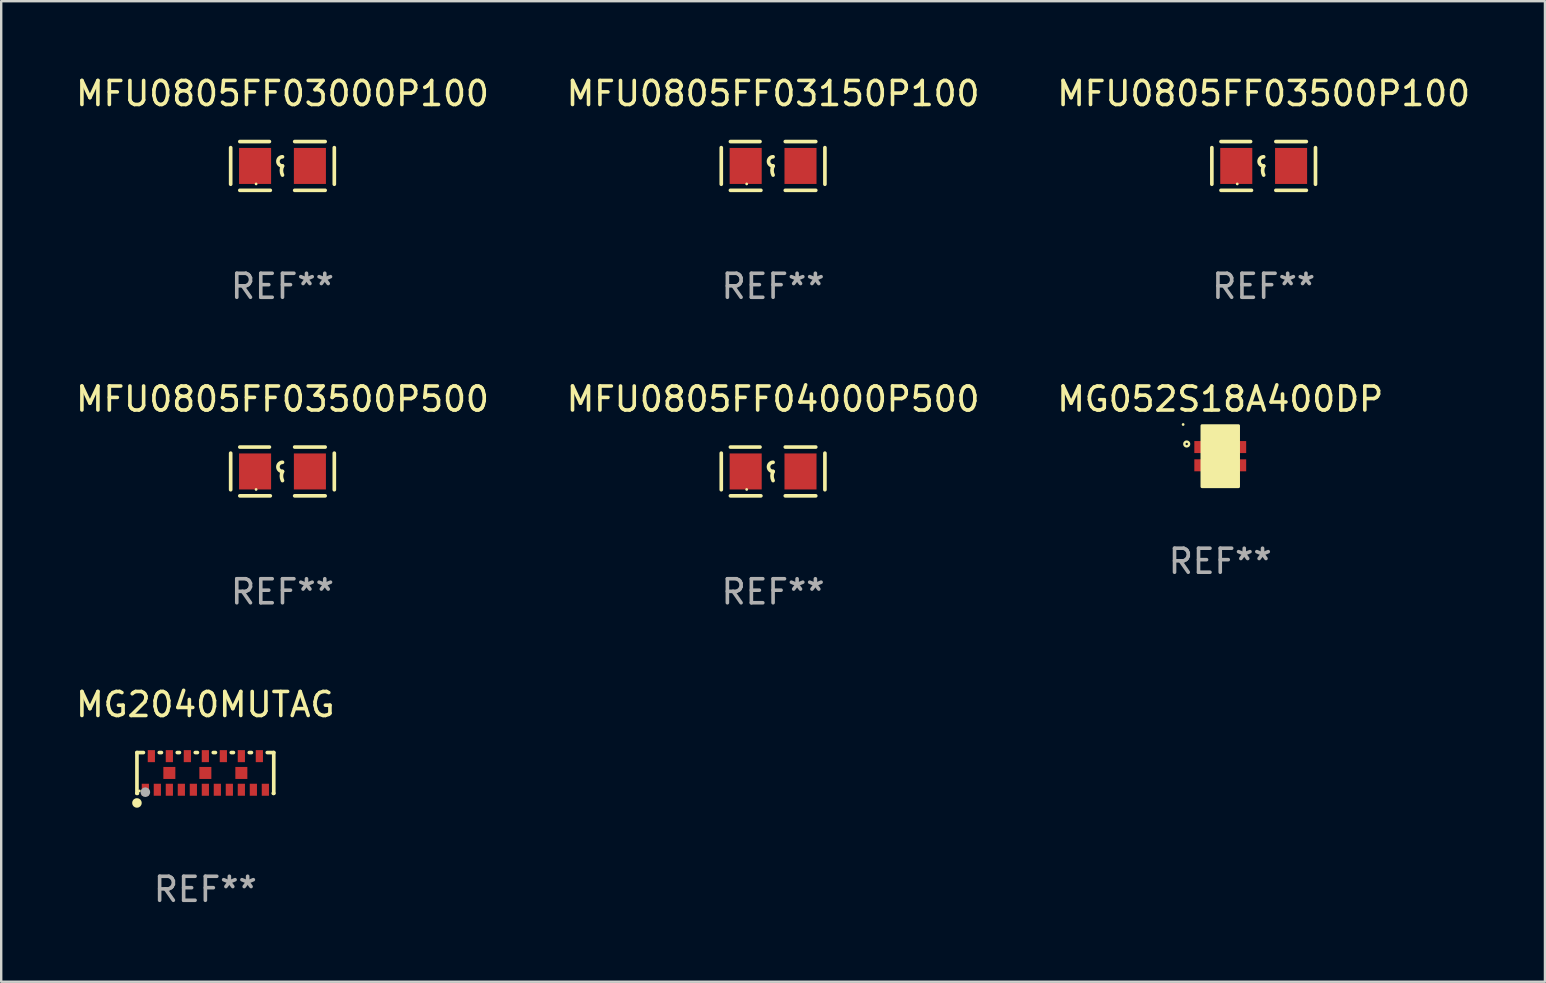
<source format=kicad_pcb>
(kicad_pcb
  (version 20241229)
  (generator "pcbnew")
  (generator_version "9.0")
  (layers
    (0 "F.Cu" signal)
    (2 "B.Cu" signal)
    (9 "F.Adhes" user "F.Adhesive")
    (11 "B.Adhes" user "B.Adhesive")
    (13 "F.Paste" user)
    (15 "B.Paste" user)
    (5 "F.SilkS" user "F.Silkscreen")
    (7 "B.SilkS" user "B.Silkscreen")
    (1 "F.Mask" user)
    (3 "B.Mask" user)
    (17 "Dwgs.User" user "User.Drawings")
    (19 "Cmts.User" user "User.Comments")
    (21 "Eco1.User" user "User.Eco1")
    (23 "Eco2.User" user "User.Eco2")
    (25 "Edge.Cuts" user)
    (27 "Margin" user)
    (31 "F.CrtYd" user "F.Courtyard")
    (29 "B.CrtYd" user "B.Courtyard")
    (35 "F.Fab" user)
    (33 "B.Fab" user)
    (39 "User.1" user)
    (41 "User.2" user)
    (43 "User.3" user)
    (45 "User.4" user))
  (footprint "MFU0805FF03000P100"
    (layer "F.Cu")
    (at 8.72 3.864)
    (property "Reference" "MFU0805FF03000P100" (at 0 -3.016 0) (layer "F.SilkS") (effects (font (size 1 1) (thickness 0.15))))
    (attr through_hole)
    (fp_line (start -2.159 -0.762) (end -2.159 0.762) (stroke (width 0.152) (type solid)) (layer "F.SilkS"))
    (fp_line (start -1.778 -1.016) (end -0.545 -1.016) (stroke (width 0.152) (type solid)) (layer "F.SilkS"))
    (fp_line (start -0.508 1.016) (end -1.778 1.016) (stroke (width 0.152) (type solid)) (layer "F.SilkS"))
    (fp_line (start 0.508 1.016) (end 1.778 1.016) (stroke (width 0.152) (type solid)) (layer "F.SilkS"))
    (fp_line (start 1.778 -1.016) (end 0.508 -1.016) (stroke (width 0.152) (type solid)) (layer "F.SilkS"))
    (fp_line (start 2.159 -0.762) (end 2.159 0.762) (stroke (width 0.152) (type solid)) (layer "F.SilkS"))
    (fp_arc (start 0 0) (mid -0.1905 -0.1905) (end 0 -0.381) (stroke (width 0.151994) (type solid)) (layer "F.SilkS"))
    (fp_arc (start 0 0.381001) (mid -0.044971 0.1905) (end 0 0) (stroke (width 0.151994) (type solid)) (layer "F.SilkS"))
    (fp_circle (center -1.1 0.75) (end -1.07 0.75) (stroke (width 0.06) (type solid)) (fill no) (layer "F.SilkS"))
    (fp_text user "REF**" (at 0 5.016 0) (layer "F.Fab") (effects (font (size 1 1) (thickness 0.15))))
    (pad "1" smd rect (at -1.142 0) (size 1.335 1.5) (layers "F.Cu" "F.Mask" "F.Paste"))
    (pad "2" smd rect (at 1.142 0) (size 1.335 1.5) (layers "F.Cu" "F.Mask" "F.Paste")))
  (footprint "MG052S18A400DP"
    (layer "F.Cu")
    (at 47.792 15.957)
    (property "Reference" "MG052S18A400DP" (at 0 -2.38 0) (layer "F.SilkS") (effects (font (size 1 1) (thickness 0.15))))
    (attr through_hole)
    (fp_circle (center -1.547 -1.32) (end -1.517 -1.32) (stroke (width 0.06) (type solid)) (fill no) (layer "F.SilkS"))
    (fp_circle (center -1.397 -0.508) (end -1.297 -0.508) (stroke (width 0.1) (type solid)) (fill no) (layer "F.SilkS"))
    (fp_poly (pts (xy -0.762 -1.27) (xy 0.762 -1.27) (xy 0.762 1.27) (xy -0.762 1.27)) (stroke (width 0.12) (type solid)) (fill yes) (layer "F.SilkS"))
    (fp_text user "REF**" (at 0 4.38 0) (layer "F.Fab") (effects (font (size 1 1) (thickness 0.15))))
    (pad "1" smd rect (at -0.63 -0.38) (size 0.9 0.5) (layers "F.Cu" "F.Mask" "F.Paste"))
    (pad "2" smd rect (at 0.63 -0.38) (size 0.9 0.5) (layers "F.Cu" "F.Mask" "F.Paste"))
    (pad "3" smd rect (at 0.63 0.38) (size 0.9 0.5) (layers "F.Cu" "F.Mask" "F.Paste"))
    (pad "4" smd rect (at -0.63 0.38) (size 0.9 0.5) (layers "F.Cu" "F.Mask" "F.Paste")))
  (footprint "MFU0805FF04000P500"
    (layer "F.Cu")
    (at 29.161 16.593)
    (property "Reference" "MFU0805FF04000P500" (at 0 -3.016 0) (layer "F.SilkS") (effects (font (size 1 1) (thickness 0.15))))
    (attr through_hole)
    (fp_line (start -2.159 -0.762) (end -2.159 0.762) (stroke (width 0.152) (type solid)) (layer "F.SilkS"))
    (fp_line (start -1.778 -1.016) (end -0.545 -1.016) (stroke (width 0.152) (type solid)) (layer "F.SilkS"))
    (fp_line (start -0.508 1.016) (end -1.778 1.016) (stroke (width 0.152) (type solid)) (layer "F.SilkS"))
    (fp_line (start 0.508 1.016) (end 1.778 1.016) (stroke (width 0.152) (type solid)) (layer "F.SilkS"))
    (fp_line (start 1.778 -1.016) (end 0.508 -1.016) (stroke (width 0.152) (type solid)) (layer "F.SilkS"))
    (fp_line (start 2.159 -0.762) (end 2.159 0.762) (stroke (width 0.152) (type solid)) (layer "F.SilkS"))
    (fp_arc (start 0 0) (mid -0.1905 -0.1905) (end 0 -0.381) (stroke (width 0.151994) (type solid)) (layer "F.SilkS"))
    (fp_arc (start 0 0.381001) (mid -0.044971 0.1905) (end 0 0) (stroke (width 0.151994) (type solid)) (layer "F.SilkS"))
    (fp_circle (center -1.1 0.75) (end -1.07 0.75) (stroke (width 0.06) (type solid)) (fill no) (layer "F.SilkS"))
    (fp_text user "REF**" (at 0 5.016 0) (layer "F.Fab") (effects (font (size 1 1) (thickness 0.15))))
    (pad "1" smd rect (at -1.142 0) (size 1.335 1.5) (layers "F.Cu" "F.Mask" "F.Paste"))
    (pad "2" smd rect (at 1.142 0) (size 1.335 1.5) (layers "F.Cu" "F.Mask" "F.Paste")))
  (footprint "MFU0805FF03500P100"
    (layer "F.Cu")
    (at 49.601 3.864)
    (property "Reference" "MFU0805FF03500P100" (at 0 -3.016 0) (layer "F.SilkS") (effects (font (size 1 1) (thickness 0.15))))
    (attr through_hole)
    (fp_line (start -2.159 -0.762) (end -2.159 0.762) (stroke (width 0.152) (type solid)) (layer "F.SilkS"))
    (fp_line (start -1.778 -1.016) (end -0.545 -1.016) (stroke (width 0.152) (type solid)) (layer "F.SilkS"))
    (fp_line (start -0.508 1.016) (end -1.778 1.016) (stroke (width 0.152) (type solid)) (layer "F.SilkS"))
    (fp_line (start 0.508 1.016) (end 1.778 1.016) (stroke (width 0.152) (type solid)) (layer "F.SilkS"))
    (fp_line (start 1.778 -1.016) (end 0.508 -1.016) (stroke (width 0.152) (type solid)) (layer "F.SilkS"))
    (fp_line (start 2.159 -0.762) (end 2.159 0.762) (stroke (width 0.152) (type solid)) (layer "F.SilkS"))
    (fp_arc (start 0 0) (mid -0.1905 -0.1905) (end 0 -0.381) (stroke (width 0.151994) (type solid)) (layer "F.SilkS"))
    (fp_arc (start 0 0.381001) (mid -0.044971 0.1905) (end 0 0) (stroke (width 0.151994) (type solid)) (layer "F.SilkS"))
    (fp_circle (center -1.1 0.75) (end -1.07 0.75) (stroke (width 0.06) (type solid)) (fill no) (layer "F.SilkS"))
    (fp_text user "REF**" (at 0 5.016 0) (layer "F.Fab") (effects (font (size 1 1) (thickness 0.15))))
    (pad "1" smd rect (at -1.142 0) (size 1.335 1.5) (layers "F.Cu" "F.Mask" "F.Paste"))
    (pad "2" smd rect (at 1.142 0) (size 1.335 1.5) (layers "F.Cu" "F.Mask" "F.Paste")))
  (footprint "MFU0805FF03500P500"
    (layer "F.Cu")
    (at 8.72 16.593)
    (property "Reference" "MFU0805FF03500P500" (at 0 -3.016 0) (layer "F.SilkS") (effects (font (size 1 1) (thickness 0.15))))
    (attr through_hole)
    (fp_line (start -2.159 -0.762) (end -2.159 0.762) (stroke (width 0.152) (type solid)) (layer "F.SilkS"))
    (fp_line (start -1.778 -1.016) (end -0.545 -1.016) (stroke (width 0.152) (type solid)) (layer "F.SilkS"))
    (fp_line (start -0.508 1.016) (end -1.778 1.016) (stroke (width 0.152) (type solid)) (layer "F.SilkS"))
    (fp_line (start 0.508 1.016) (end 1.778 1.016) (stroke (width 0.152) (type solid)) (layer "F.SilkS"))
    (fp_line (start 1.778 -1.016) (end 0.508 -1.016) (stroke (width 0.152) (type solid)) (layer "F.SilkS"))
    (fp_line (start 2.159 -0.762) (end 2.159 0.762) (stroke (width 0.152) (type solid)) (layer "F.SilkS"))
    (fp_arc (start 0 0) (mid -0.1905 -0.1905) (end 0 -0.381) (stroke (width 0.151994) (type solid)) (layer "F.SilkS"))
    (fp_arc (start 0 0.381001) (mid -0.044971 0.1905) (end 0 0) (stroke (width 0.151994) (type solid)) (layer "F.SilkS"))
    (fp_circle (center -1.1 0.75) (end -1.07 0.75) (stroke (width 0.06) (type solid)) (fill no) (layer "F.SilkS"))
    (fp_text user "REF**" (at 0 5.016 0) (layer "F.Fab") (effects (font (size 1 1) (thickness 0.15))))
    (pad "1" smd rect (at -1.142 0) (size 1.335 1.5) (layers "F.Cu" "F.Mask" "F.Paste"))
    (pad "2" smd rect (at 1.142 0) (size 1.335 1.5) (layers "F.Cu" "F.Mask" "F.Paste")))
  (footprint "MFU0805FF03150P100"
    (layer "F.Cu")
    (at 29.161 3.864)
    (property "Reference" "MFU0805FF03150P100" (at 0 -3.016 0) (layer "F.SilkS") (effects (font (size 1 1) (thickness 0.15))))
    (attr through_hole)
    (fp_line (start -2.159 -0.762) (end -2.159 0.762) (stroke (width 0.152) (type solid)) (layer "F.SilkS"))
    (fp_line (start -1.778 -1.016) (end -0.545 -1.016) (stroke (width 0.152) (type solid)) (layer "F.SilkS"))
    (fp_line (start -0.508 1.016) (end -1.778 1.016) (stroke (width 0.152) (type solid)) (layer "F.SilkS"))
    (fp_line (start 0.508 1.016) (end 1.778 1.016) (stroke (width 0.152) (type solid)) (layer "F.SilkS"))
    (fp_line (start 1.778 -1.016) (end 0.508 -1.016) (stroke (width 0.152) (type solid)) (layer "F.SilkS"))
    (fp_line (start 2.159 -0.762) (end 2.159 0.762) (stroke (width 0.152) (type solid)) (layer "F.SilkS"))
    (fp_arc (start 0 0) (mid -0.1905 -0.1905) (end 0 -0.381) (stroke (width 0.151994) (type solid)) (layer "F.SilkS"))
    (fp_arc (start 0 0.381001) (mid -0.044971 0.1905) (end 0 0) (stroke (width 0.151994) (type solid)) (layer "F.SilkS"))
    (fp_circle (center -1.1 0.75) (end -1.07 0.75) (stroke (width 0.06) (type solid)) (fill no) (layer "F.SilkS"))
    (fp_text user "REF**" (at 0 5.016 0) (layer "F.Fab") (effects (font (size 1 1) (thickness 0.15))))
    (pad "1" smd rect (at -1.142 0) (size 1.335 1.5) (layers "F.Cu" "F.Mask" "F.Paste"))
    (pad "2" smd rect (at 1.142 0) (size 1.335 1.5) (layers "F.Cu" "F.Mask" "F.Paste")))
  (footprint "MG2040MUTAG"
    (layer "F.Cu")
    (at 5.506 29.155)
    (property "Reference" "MG2040MUTAG" (at 0 -2.85 0) (layer "F.SilkS") (effects (font (size 1 1) (thickness 0.15))))
    (attr through_hole)
    (fp_line (start -2.85 -0.85) (end -2.85 0.85) (stroke (width 0.152) (type solid)) (layer "F.SilkS"))
    (fp_line (start -2.85 0.85) (end -2.83 0.85) (stroke (width 0.152) (type solid)) (layer "F.SilkS"))
    (fp_line (start -2.58 -0.85) (end -2.85 -0.85) (stroke (width 0.152) (type solid)) (layer "F.SilkS"))
    (fp_line (start -1.83 -0.85) (end -1.92 -0.85) (stroke (width 0.152) (type solid)) (layer "F.SilkS"))
    (fp_line (start -1.08 -0.85) (end -1.17 -0.85) (stroke (width 0.152) (type solid)) (layer "F.SilkS"))
    (fp_line (start -0.33 -0.85) (end -0.42 -0.85) (stroke (width 0.152) (type solid)) (layer "F.SilkS"))
    (fp_line (start 0.42 -0.85) (end 0.33 -0.85) (stroke (width 0.152) (type solid)) (layer "F.SilkS"))
    (fp_line (start 1.17 -0.85) (end 1.08 -0.85) (stroke (width 0.152) (type solid)) (layer "F.SilkS"))
    (fp_line (start 1.92 -0.85) (end 1.83 -0.85) (stroke (width 0.152) (type solid)) (layer "F.SilkS"))
    (fp_line (start 2.83 0.85) (end 2.85 0.85) (stroke (width 0.152) (type solid)) (layer "F.SilkS"))
    (fp_line (start 2.85 -0.85) (end 2.58 -0.85) (stroke (width 0.152) (type solid)) (layer "F.SilkS"))
    (fp_line (start 2.85 0.85) (end 2.85 -0.85) (stroke (width 0.152) (type solid)) (layer "F.SilkS"))
    (fp_circle (center -2.85 1.25) (end -2.75 1.25) (stroke (width 0.2) (type solid)) (fill no) (layer "F.SilkS"))
    (fp_circle (center -2.75 0.75) (end -2.72 0.75) (stroke (width 0.06) (type solid)) (fill no) (layer "F.SilkS"))
    (fp_circle (center -2.5 0.801) (end -2.399 0.801) (stroke (width 0.2) (type solid)) (fill no) (layer "F.Fab"))
    (fp_text user "REF**" (at 0 4.85 0) (layer "F.Fab") (effects (font (size 1 1) (thickness 0.15))))
    (pad "1" smd rect (at -2.5 0.7) (size 0.3 0.5) (layers "F.Cu" "F.Mask" "F.Paste"))
    (pad "2" smd rect (at -2 0.7) (size 0.3 0.5) (layers "F.Cu" "F.Mask" "F.Paste"))
    (pad "3" smd rect (at -1.5 0.7) (size 0.3 0.5) (layers "F.Cu" "F.Mask" "F.Paste"))
    (pad "4" smd rect (at -1 0.7) (size 0.3 0.5) (layers "F.Cu" "F.Mask" "F.Paste"))
    (pad "5" smd rect (at -0.5 0.7) (size 0.3 0.5) (layers "F.Cu" "F.Mask" "F.Paste"))
    (pad "6" smd rect (at 0.000114 0.7) (size 0.3 0.5) (layers "F.Cu" "F.Mask" "F.Paste"))
    (pad "7" smd rect (at 0.5 0.7) (size 0.3 0.5) (layers "F.Cu" "F.Mask" "F.Paste"))
    (pad "8" smd rect (at 1 0.7) (size 0.3 0.5) (layers "F.Cu" "F.Mask" "F.Paste"))
    (pad "9" smd rect (at 1.5 0.7) (size 0.3 0.5) (layers "F.Cu" "F.Mask" "F.Paste"))
    (pad "10" smd rect (at 2 0.7) (size 0.3 0.5) (layers "F.Cu" "F.Mask" "F.Paste"))
    (pad "11" smd rect (at 2.5 0.7) (size 0.3 0.5) (layers "F.Cu" "F.Mask" "F.Paste"))
    (pad "12" smd rect (at 2.25 -0.7) (size 0.3 0.5) (layers "F.Cu" "F.Mask" "F.Paste"))
    (pad "13" smd rect (at 1.5 -0.7) (size 0.3 0.5) (layers "F.Cu" "F.Mask" "F.Paste"))
    (pad "14" smd rect (at 0.75 -0.7) (size 0.3 0.5) (layers "F.Cu" "F.Mask" "F.Paste"))
    (pad "15" smd rect (at 0.000114 -0.7) (size 0.3 0.5) (layers "F.Cu" "F.Mask" "F.Paste"))
    (pad "16" smd rect (at -0.75 -0.7) (size 0.3 0.5) (layers "F.Cu" "F.Mask" "F.Paste"))
    (pad "17" smd rect (at -1.5 -0.7) (size 0.3 0.5) (layers "F.Cu" "F.Mask" "F.Paste"))
    (pad "18" smd rect (at -2.25 -0.7) (size 0.3 0.5) (layers "F.Cu" "F.Mask" "F.Paste"))
    (pad "19" smd rect (at -1.5 -0.000013) (size 0.5 0.5) (layers "F.Cu" "F.Mask" "F.Paste"))
    (pad "20" smd rect (at 0.000114 -0.000013) (size 0.5 0.5) (layers "F.Cu" "F.Mask" "F.Paste"))
    (pad "21" smd rect (at 1.5 -0.000013) (size 0.5 0.5) (layers "F.Cu" "F.Mask" "F.Paste")))
  (gr_rect
    (start -3 -3)
    (end 61.321 37.854)
    (stroke (width 0.1) (type default))
    (fill no)
    (layer "Edge.Cuts")))
</source>
